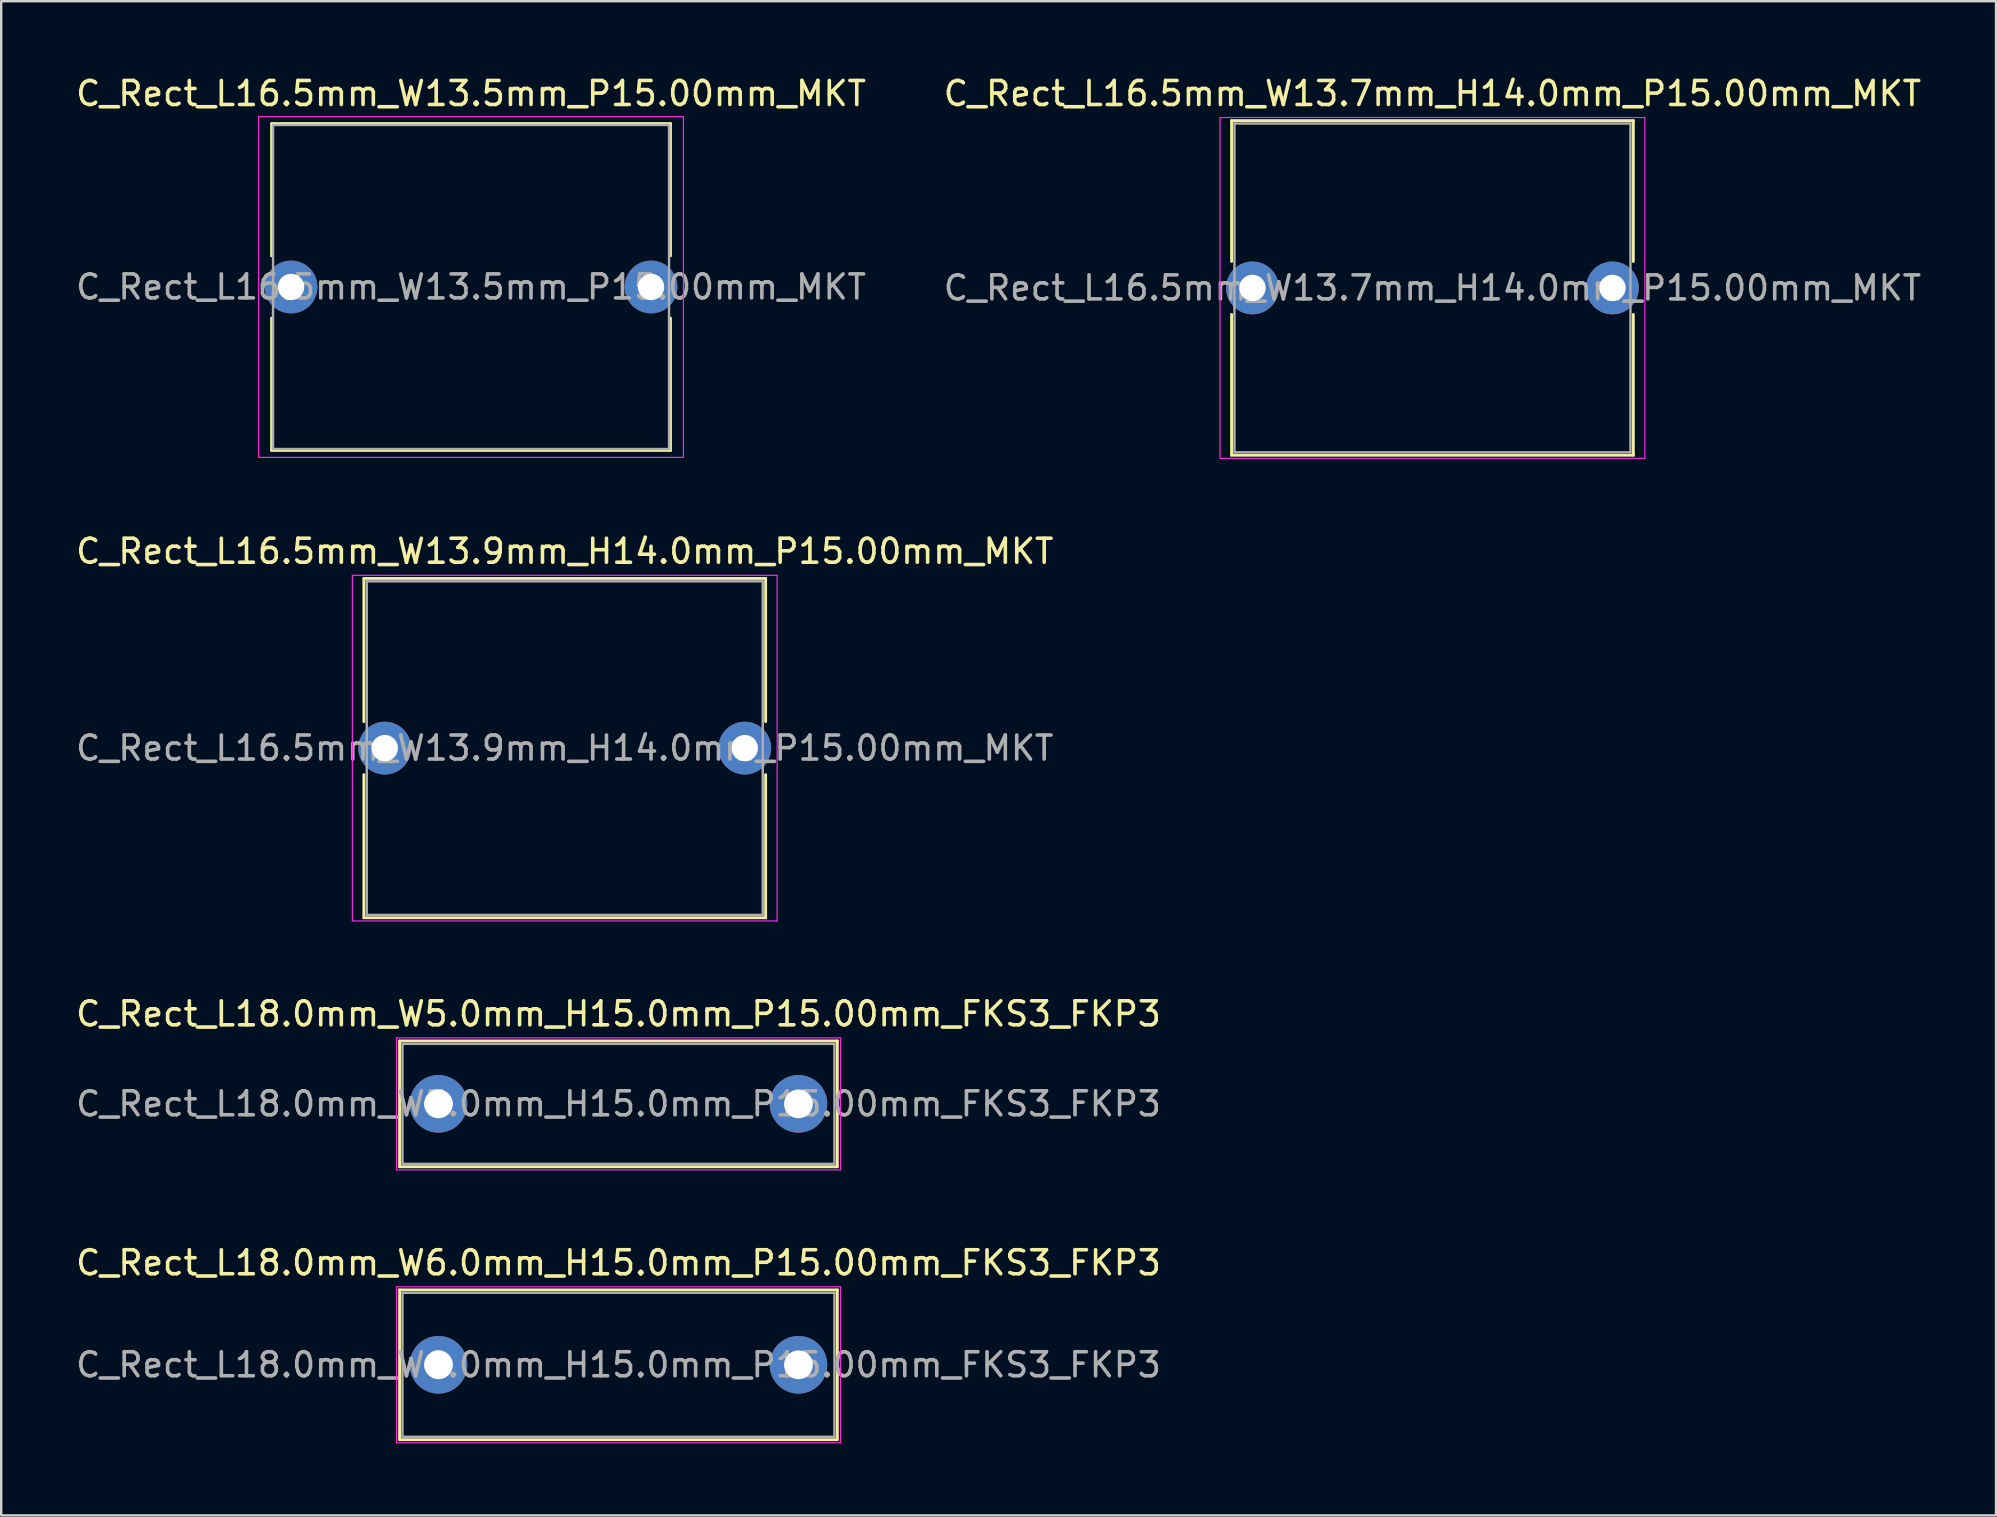
<source format=kicad_pcb>
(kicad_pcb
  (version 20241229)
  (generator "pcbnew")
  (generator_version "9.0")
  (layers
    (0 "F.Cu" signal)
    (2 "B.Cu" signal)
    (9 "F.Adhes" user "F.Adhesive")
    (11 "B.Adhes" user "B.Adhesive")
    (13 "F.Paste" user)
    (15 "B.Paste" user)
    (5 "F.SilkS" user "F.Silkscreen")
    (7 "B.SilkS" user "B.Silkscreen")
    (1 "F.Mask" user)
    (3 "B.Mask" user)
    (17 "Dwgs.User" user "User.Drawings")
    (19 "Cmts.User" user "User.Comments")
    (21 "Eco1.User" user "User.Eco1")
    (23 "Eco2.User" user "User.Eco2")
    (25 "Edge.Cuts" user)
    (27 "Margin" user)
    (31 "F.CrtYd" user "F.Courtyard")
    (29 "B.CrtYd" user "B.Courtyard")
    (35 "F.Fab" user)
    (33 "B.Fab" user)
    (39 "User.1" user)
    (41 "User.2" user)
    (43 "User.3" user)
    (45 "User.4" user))
  (footprint "C_Rect_L16.5mm_W13.7mm_H14.0mm_P15.00mm_MKT"
    (layer "F.Cu")
    (at 49.137 8.948)
    (property "Reference" "C_Rect_L16.5mm_W13.7mm_H14.0mm_P15.00mm_MKT" (at 7.5 -8.1 0) (layer "F.SilkS") (effects (font (size 1 1) (thickness 0.15))))
    (attr through_hole)
    (fp_line (start -0.87 -6.97) (end -0.87 -1.104) (stroke (width 0.12) (type solid)) (layer "F.SilkS"))
    (fp_line (start -0.87 -6.97) (end 15.87 -6.97) (stroke (width 0.12) (type solid)) (layer "F.SilkS"))
    (fp_line (start -0.87 1.104) (end -0.87 6.97) (stroke (width 0.12) (type solid)) (layer "F.SilkS"))
    (fp_line (start -0.87 6.97) (end 15.87 6.97) (stroke (width 0.12) (type solid)) (layer "F.SilkS"))
    (fp_line (start 15.87 -6.97) (end 15.87 -1.104) (stroke (width 0.12) (type solid)) (layer "F.SilkS"))
    (fp_line (start 15.87 1.104) (end 15.87 6.97) (stroke (width 0.12) (type solid)) (layer "F.SilkS"))
    (fp_line (start -1.35 -7.1) (end -1.35 7.1) (stroke (width 0.05) (type solid)) (layer "F.CrtYd"))
    (fp_line (start -1.35 7.1) (end 16.35 7.1) (stroke (width 0.05) (type solid)) (layer "F.CrtYd"))
    (fp_line (start 16.35 -7.1) (end -1.35 -7.1) (stroke (width 0.05) (type solid)) (layer "F.CrtYd"))
    (fp_line (start 16.35 7.1) (end 16.35 -7.1) (stroke (width 0.05) (type solid)) (layer "F.CrtYd"))
    (fp_line (start -0.75 -6.85) (end -0.75 6.85) (stroke (width 0.1) (type solid)) (layer "F.Fab"))
    (fp_line (start -0.75 6.85) (end 15.75 6.85) (stroke (width 0.1) (type solid)) (layer "F.Fab"))
    (fp_line (start 15.75 -6.85) (end -0.75 -6.85) (stroke (width 0.1) (type solid)) (layer "F.Fab"))
    (fp_line (start 15.75 6.85) (end 15.75 -6.85) (stroke (width 0.1) (type solid)) (layer "F.Fab"))
    (fp_text user "${REFERENCE}" (at 7.5 0 0) (layer "F.Fab") (effects (font (size 1 1) (thickness 0.15))))
    (pad "1" thru_hole circle (at 0 0) (size 2.2 2.2) (drill 1.1) (layers "*.Cu" "*.Mask"))
    (pad "2" thru_hole circle (at 15 0) (size 2.2 2.2) (drill 1.1) (layers "*.Cu" "*.Mask")))
  (footprint "C_Rect_L16.5mm_W13.5mm_P15.00mm_MKT"
    (layer "F.Cu")
    (at 9.077 8.908)
    (property "Reference" "C_Rect_L16.5mm_W13.5mm_P15.00mm_MKT" (at 7.5 -8.06 0) (layer "F.SilkS") (effects (font (size 1 1) (thickness 0.15))))
    (attr through_hole)
    (fp_line (start -0.81 -6.81) (end -0.81 -1.296) (stroke (width 0.12) (type solid)) (layer "F.SilkS"))
    (fp_line (start -0.81 -6.81) (end 15.81 -6.81) (stroke (width 0.12) (type solid)) (layer "F.SilkS"))
    (fp_line (start -0.81 1.296) (end -0.81 6.81) (stroke (width 0.12) (type solid)) (layer "F.SilkS"))
    (fp_line (start -0.81 6.81) (end 15.81 6.81) (stroke (width 0.12) (type solid)) (layer "F.SilkS"))
    (fp_line (start 15.81 -6.81) (end 15.81 -1.296) (stroke (width 0.12) (type solid)) (layer "F.SilkS"))
    (fp_line (start 15.81 1.296) (end 15.81 6.81) (stroke (width 0.12) (type solid)) (layer "F.SilkS"))
    (fp_line (start -1.35 -7.1) (end -1.35 7.1) (stroke (width 0.05) (type solid)) (layer "F.CrtYd"))
    (fp_line (start -1.35 7.1) (end 16.35 7.1) (stroke (width 0.05) (type solid)) (layer "F.CrtYd"))
    (fp_line (start 16.35 -7.1) (end -1.35 -7.1) (stroke (width 0.05) (type solid)) (layer "F.CrtYd"))
    (fp_line (start 16.35 7.1) (end 16.35 -7.1) (stroke (width 0.05) (type solid)) (layer "F.CrtYd"))
    (fp_line (start -0.75 -6.75) (end -0.75 6.75) (stroke (width 0.1) (type solid)) (layer "F.Fab"))
    (fp_line (start -0.75 6.75) (end 15.75 6.75) (stroke (width 0.1) (type solid)) (layer "F.Fab"))
    (fp_line (start 15.75 -6.75) (end -0.75 -6.75) (stroke (width 0.1) (type solid)) (layer "F.Fab"))
    (fp_line (start 15.75 6.75) (end 15.75 -6.75) (stroke (width 0.1) (type solid)) (layer "F.Fab"))
    (fp_text user "${REFERENCE}" (at 7.5 0 0) (layer "F.Fab") (effects (font (size 1 1) (thickness 0.15))))
    (pad "1" thru_hole circle (at 0 0) (size 2.2 2.2) (drill 1.1) (layers "*.Cu" "*.Mask"))
    (pad "2" thru_hole circle (at 15 0) (size 2.2 2.2) (drill 1.1) (layers "*.Cu" "*.Mask")))
  (footprint "C_Rect_L16.5mm_W13.9mm_H14.0mm_P15.00mm_MKT"
    (layer "F.Cu")
    (at 12.982 28.122)
    (property "Reference" "C_Rect_L16.5mm_W13.9mm_H14.0mm_P15.00mm_MKT" (at 7.5 -8.2 0) (layer "F.SilkS") (effects (font (size 1 1) (thickness 0.15))))
    (attr through_hole)
    (fp_line (start -0.87 -7.07) (end -0.87 -1.104) (stroke (width 0.12) (type solid)) (layer "F.SilkS"))
    (fp_line (start -0.87 -7.07) (end 15.87 -7.07) (stroke (width 0.12) (type solid)) (layer "F.SilkS"))
    (fp_line (start -0.87 1.104) (end -0.87 7.07) (stroke (width 0.12) (type solid)) (layer "F.SilkS"))
    (fp_line (start -0.87 7.07) (end 15.87 7.07) (stroke (width 0.12) (type solid)) (layer "F.SilkS"))
    (fp_line (start 15.87 -7.07) (end 15.87 -1.104) (stroke (width 0.12) (type solid)) (layer "F.SilkS"))
    (fp_line (start 15.87 1.104) (end 15.87 7.07) (stroke (width 0.12) (type solid)) (layer "F.SilkS"))
    (fp_line (start -1.35 -7.2) (end -1.35 7.2) (stroke (width 0.05) (type solid)) (layer "F.CrtYd"))
    (fp_line (start -1.35 7.2) (end 16.35 7.2) (stroke (width 0.05) (type solid)) (layer "F.CrtYd"))
    (fp_line (start 16.35 -7.2) (end -1.35 -7.2) (stroke (width 0.05) (type solid)) (layer "F.CrtYd"))
    (fp_line (start 16.35 7.2) (end 16.35 -7.2) (stroke (width 0.05) (type solid)) (layer "F.CrtYd"))
    (fp_line (start -0.75 -6.95) (end -0.75 6.95) (stroke (width 0.1) (type solid)) (layer "F.Fab"))
    (fp_line (start -0.75 6.95) (end 15.75 6.95) (stroke (width 0.1) (type solid)) (layer "F.Fab"))
    (fp_line (start 15.75 -6.95) (end -0.75 -6.95) (stroke (width 0.1) (type solid)) (layer "F.Fab"))
    (fp_line (start 15.75 6.95) (end 15.75 -6.95) (stroke (width 0.1) (type solid)) (layer "F.Fab"))
    (fp_text user "${REFERENCE}" (at 7.5 0 0) (layer "F.Fab") (effects (font (size 1 1) (thickness 0.15))))
    (pad "1" thru_hole circle (at 0 0) (size 2.2 2.2) (drill 1.1) (layers "*.Cu" "*.Mask"))
    (pad "2" thru_hole circle (at 15 0) (size 2.2 2.2) (drill 1.1) (layers "*.Cu" "*.Mask")))
  (footprint "C_Rect_L18.0mm_W5.0mm_H15.0mm_P15.00mm_FKS3_FKP3"
    (layer "F.Cu")
    (at 15.22 42.945)
    (property "Reference" "C_Rect_L18.0mm_W5.0mm_H15.0mm_P15.00mm_FKS3_FKP3" (at 7.5 -3.75 0) (layer "F.SilkS") (effects (font (size 1 1) (thickness 0.15))))
    (attr through_hole)
    (fp_line (start -1.62 -2.62) (end -1.62 2.62) (stroke (width 0.12) (type solid)) (layer "F.SilkS"))
    (fp_line (start -1.62 -2.62) (end 16.62 -2.62) (stroke (width 0.12) (type solid)) (layer "F.SilkS"))
    (fp_line (start -1.62 2.62) (end 16.62 2.62) (stroke (width 0.12) (type solid)) (layer "F.SilkS"))
    (fp_line (start 16.62 -2.62) (end 16.62 2.62) (stroke (width 0.12) (type solid)) (layer "F.SilkS"))
    (fp_line (start -1.75 -2.75) (end -1.75 2.75) (stroke (width 0.05) (type solid)) (layer "F.CrtYd"))
    (fp_line (start -1.75 2.75) (end 16.75 2.75) (stroke (width 0.05) (type solid)) (layer "F.CrtYd"))
    (fp_line (start 16.75 -2.75) (end -1.75 -2.75) (stroke (width 0.05) (type solid)) (layer "F.CrtYd"))
    (fp_line (start 16.75 2.75) (end 16.75 -2.75) (stroke (width 0.05) (type solid)) (layer "F.CrtYd"))
    (fp_line (start -1.5 -2.5) (end -1.5 2.5) (stroke (width 0.1) (type solid)) (layer "F.Fab"))
    (fp_line (start -1.5 2.5) (end 16.5 2.5) (stroke (width 0.1) (type solid)) (layer "F.Fab"))
    (fp_line (start 16.5 -2.5) (end -1.5 -2.5) (stroke (width 0.1) (type solid)) (layer "F.Fab"))
    (fp_line (start 16.5 2.5) (end 16.5 -2.5) (stroke (width 0.1) (type solid)) (layer "F.Fab"))
    (fp_text user "${REFERENCE}" (at 7.5 0 0) (layer "F.Fab") (effects (font (size 1 1) (thickness 0.15))))
    (pad "1" thru_hole circle (at 0 0) (size 2.4 2.4) (drill 1.2) (layers "*.Cu" "*.Mask"))
    (pad "2" thru_hole circle (at 15 0) (size 2.4 2.4) (drill 1.2) (layers "*.Cu" "*.Mask")))
  (footprint "C_Rect_L18.0mm_W6.0mm_H15.0mm_P15.00mm_FKS3_FKP3"
    (layer "F.Cu")
    (at 15.22 53.818)
    (property "Reference" "C_Rect_L18.0mm_W6.0mm_H15.0mm_P15.00mm_FKS3_FKP3" (at 7.5 -4.25 0) (layer "F.SilkS") (effects (font (size 1 1) (thickness 0.15))))
    (attr through_hole)
    (fp_line (start -1.62 -3.12) (end -1.62 3.12) (stroke (width 0.12) (type solid)) (layer "F.SilkS"))
    (fp_line (start -1.62 -3.12) (end 16.62 -3.12) (stroke (width 0.12) (type solid)) (layer "F.SilkS"))
    (fp_line (start -1.62 3.12) (end 16.62 3.12) (stroke (width 0.12) (type solid)) (layer "F.SilkS"))
    (fp_line (start 16.62 -3.12) (end 16.62 3.12) (stroke (width 0.12) (type solid)) (layer "F.SilkS"))
    (fp_line (start -1.75 -3.25) (end -1.75 3.25) (stroke (width 0.05) (type solid)) (layer "F.CrtYd"))
    (fp_line (start -1.75 3.25) (end 16.75 3.25) (stroke (width 0.05) (type solid)) (layer "F.CrtYd"))
    (fp_line (start 16.75 -3.25) (end -1.75 -3.25) (stroke (width 0.05) (type solid)) (layer "F.CrtYd"))
    (fp_line (start 16.75 3.25) (end 16.75 -3.25) (stroke (width 0.05) (type solid)) (layer "F.CrtYd"))
    (fp_line (start -1.5 -3) (end -1.5 3) (stroke (width 0.1) (type solid)) (layer "F.Fab"))
    (fp_line (start -1.5 3) (end 16.5 3) (stroke (width 0.1) (type solid)) (layer "F.Fab"))
    (fp_line (start 16.5 -3) (end -1.5 -3) (stroke (width 0.1) (type solid)) (layer "F.Fab"))
    (fp_line (start 16.5 3) (end 16.5 -3) (stroke (width 0.1) (type solid)) (layer "F.Fab"))
    (fp_text user "${REFERENCE}" (at 7.5 0 0) (layer "F.Fab") (effects (font (size 1 1) (thickness 0.15))))
    (pad "1" thru_hole circle (at 0 0) (size 2.4 2.4) (drill 1.2) (layers "*.Cu" "*.Mask"))
    (pad "2" thru_hole circle (at 15 0) (size 2.4 2.4) (drill 1.2) (layers "*.Cu" "*.Mask")))
  (gr_rect
    (start -3 -3)
    (end 80.119 60.093)
    (stroke (width 0.1) (type default))
    (fill no)
    (layer "Edge.Cuts")))
</source>
